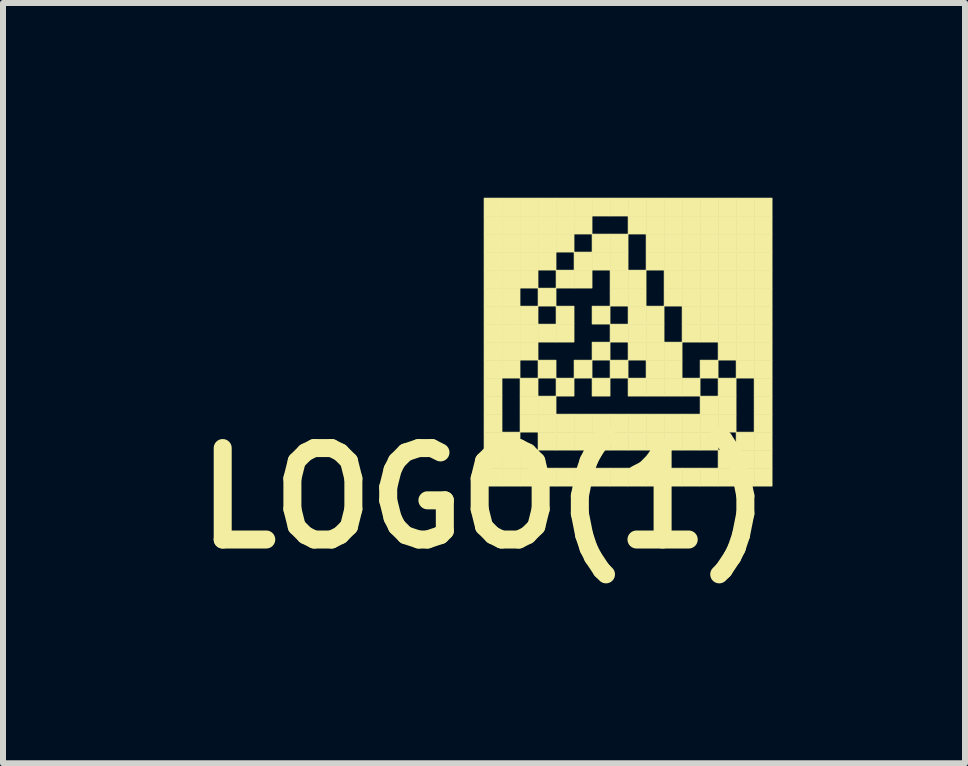
<source format=kicad_pcb>
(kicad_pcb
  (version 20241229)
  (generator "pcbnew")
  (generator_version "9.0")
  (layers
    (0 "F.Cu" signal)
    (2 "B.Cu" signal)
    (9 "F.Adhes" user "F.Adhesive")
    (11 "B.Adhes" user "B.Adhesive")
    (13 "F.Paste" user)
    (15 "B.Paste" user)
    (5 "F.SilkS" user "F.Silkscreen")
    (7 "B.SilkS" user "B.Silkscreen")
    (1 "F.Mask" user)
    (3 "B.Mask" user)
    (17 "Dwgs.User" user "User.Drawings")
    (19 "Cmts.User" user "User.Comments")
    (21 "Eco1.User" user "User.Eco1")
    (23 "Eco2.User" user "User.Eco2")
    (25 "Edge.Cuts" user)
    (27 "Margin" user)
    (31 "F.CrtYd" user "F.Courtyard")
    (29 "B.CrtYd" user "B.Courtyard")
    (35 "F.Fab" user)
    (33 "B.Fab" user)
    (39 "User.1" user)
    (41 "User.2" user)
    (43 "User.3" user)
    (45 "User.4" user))
  (footprint "LOGO(1)"
    (layer "F.Cu")
    (at 5.015 0.25)
    (property "Reference" "LOGO(1)" (at 0 5 0) (layer "F.SilkS") (effects (font (size 1.524 1.524) (thickness 0.3))))
    (attr through_hole)
    (fp_poly (pts (xy 0 0) (xy 0.3 0) (xy 0.3 0.3) (xy 0 0.3) (xy 0 0)) (stroke (width 0.01) (type solid)) (fill yes) (layer "F.SilkS"))
    (fp_poly (pts (xy 0 0.3) (xy 0.3 0.3) (xy 0.3 0.6) (xy 0 0.6) (xy 0 0.3)) (stroke (width 0.01) (type solid)) (fill yes) (layer "F.SilkS"))
    (fp_poly (pts (xy 0 0.6) (xy 0.3 0.6) (xy 0.3 0.9) (xy 0 0.9) (xy 0 0.6)) (stroke (width 0.01) (type solid)) (fill yes) (layer "F.SilkS"))
    (fp_poly (pts (xy 0 0.9) (xy 0.3 0.9) (xy 0.3 1.2) (xy 0 1.2) (xy 0 0.9)) (stroke (width 0.01) (type solid)) (fill yes) (layer "F.SilkS"))
    (fp_poly (pts (xy 0 1.2) (xy 0.3 1.2) (xy 0.3 1.5) (xy 0 1.5) (xy 0 1.2)) (stroke (width 0.01) (type solid)) (fill yes) (layer "F.SilkS"))
    (fp_poly (pts (xy 0 1.5) (xy 0.3 1.5) (xy 0.3 1.8) (xy 0 1.8) (xy 0 1.5)) (stroke (width 0.01) (type solid)) (fill yes) (layer "F.SilkS"))
    (fp_poly (pts (xy 0 1.8) (xy 0.3 1.8) (xy 0.3 2.1) (xy 0 2.1) (xy 0 1.8)) (stroke (width 0.01) (type solid)) (fill yes) (layer "F.SilkS"))
    (fp_poly (pts (xy 0 2.1) (xy 0.3 2.1) (xy 0.3 2.4) (xy 0 2.4) (xy 0 2.1)) (stroke (width 0.01) (type solid)) (fill yes) (layer "F.SilkS"))
    (fp_poly (pts (xy 0 2.4) (xy 0.3 2.4) (xy 0.3 2.7) (xy 0 2.7) (xy 0 2.4)) (stroke (width 0.01) (type solid)) (fill yes) (layer "F.SilkS"))
    (fp_poly (pts (xy 0 2.7) (xy 0.3 2.7) (xy 0.3 3) (xy 0 3) (xy 0 2.7)) (stroke (width 0.01) (type solid)) (fill yes) (layer "F.SilkS"))
    (fp_poly (pts (xy 0 3) (xy 0.3 3) (xy 0.3 3.3) (xy 0 3.3) (xy 0 3)) (stroke (width 0.01) (type solid)) (fill yes) (layer "F.SilkS"))
    (fp_poly (pts (xy 0 3.3) (xy 0.3 3.3) (xy 0.3 3.6) (xy 0 3.6) (xy 0 3.3)) (stroke (width 0.01) (type solid)) (fill yes) (layer "F.SilkS"))
    (fp_poly (pts (xy 0 3.6) (xy 0.3 3.6) (xy 0.3 3.9) (xy 0 3.9) (xy 0 3.6)) (stroke (width 0.01) (type solid)) (fill yes) (layer "F.SilkS"))
    (fp_poly (pts (xy 0 3.9) (xy 0.3 3.9) (xy 0.3 4.2) (xy 0 4.2) (xy 0 3.9)) (stroke (width 0.01) (type solid)) (fill yes) (layer "F.SilkS"))
    (fp_poly (pts (xy 0 4.2) (xy 0.3 4.2) (xy 0.3 4.5) (xy 0 4.5) (xy 0 4.2)) (stroke (width 0.01) (type solid)) (fill yes) (layer "F.SilkS"))
    (fp_poly (pts (xy 0 4.5) (xy 0.3 4.5) (xy 0.3 4.8) (xy 0 4.8) (xy 0 4.5)) (stroke (width 0.01) (type solid)) (fill yes) (layer "F.SilkS"))
    (fp_poly (pts (xy 0.3 0) (xy 0.6 0) (xy 0.6 0.3) (xy 0.3 0.3) (xy 0.3 0)) (stroke (width 0.01) (type solid)) (fill yes) (layer "F.SilkS"))
    (fp_poly (pts (xy 0.3 0.3) (xy 0.6 0.3) (xy 0.6 0.6) (xy 0.3 0.6) (xy 0.3 0.3)) (stroke (width 0.01) (type solid)) (fill yes) (layer "F.SilkS"))
    (fp_poly (pts (xy 0.3 0.6) (xy 0.6 0.6) (xy 0.6 0.9) (xy 0.3 0.9) (xy 0.3 0.6)) (stroke (width 0.01) (type solid)) (fill yes) (layer "F.SilkS"))
    (fp_poly (pts (xy 0.3 0.9) (xy 0.6 0.9) (xy 0.6 1.2) (xy 0.3 1.2) (xy 0.3 0.9)) (stroke (width 0.01) (type solid)) (fill yes) (layer "F.SilkS"))
    (fp_poly (pts (xy 0.3 1.2) (xy 0.6 1.2) (xy 0.6 1.5) (xy 0.3 1.5) (xy 0.3 1.2)) (stroke (width 0.01) (type solid)) (fill yes) (layer "F.SilkS"))
    (fp_poly (pts (xy 0.3 1.5) (xy 0.6 1.5) (xy 0.6 1.8) (xy 0.3 1.8) (xy 0.3 1.5)) (stroke (width 0.01) (type solid)) (fill yes) (layer "F.SilkS"))
    (fp_poly (pts (xy 0.3 1.8) (xy 0.6 1.8) (xy 0.6 2.1) (xy 0.3 2.1) (xy 0.3 1.8)) (stroke (width 0.01) (type solid)) (fill yes) (layer "F.SilkS"))
    (fp_poly (pts (xy 0.3 2.1) (xy 0.6 2.1) (xy 0.6 2.4) (xy 0.3 2.4) (xy 0.3 2.1)) (stroke (width 0.01) (type solid)) (fill yes) (layer "F.SilkS"))
    (fp_poly (pts (xy 0.3 2.4) (xy 0.6 2.4) (xy 0.6 2.7) (xy 0.3 2.7) (xy 0.3 2.4)) (stroke (width 0.01) (type solid)) (fill yes) (layer "F.SilkS"))
    (fp_poly (pts (xy 0.3 2.7) (xy 0.6 2.7) (xy 0.6 3) (xy 0.3 3) (xy 0.3 2.7)) (stroke (width 0.01) (type solid)) (fill yes) (layer "F.SilkS"))
    (fp_poly (pts (xy 0.3 3.9) (xy 0.6 3.9) (xy 0.6 4.2) (xy 0.3 4.2) (xy 0.3 3.9)) (stroke (width 0.01) (type solid)) (fill yes) (layer "F.SilkS"))
    (fp_poly (pts (xy 0.3 4.2) (xy 0.6 4.2) (xy 0.6 4.5) (xy 0.3 4.5) (xy 0.3 4.2)) (stroke (width 0.01) (type solid)) (fill yes) (layer "F.SilkS"))
    (fp_poly (pts (xy 0.3 4.5) (xy 0.6 4.5) (xy 0.6 4.8) (xy 0.3 4.8) (xy 0.3 4.5)) (stroke (width 0.01) (type solid)) (fill yes) (layer "F.SilkS"))
    (fp_poly (pts (xy 0.6 0) (xy 0.9 0) (xy 0.9 0.3) (xy 0.6 0.3) (xy 0.6 0)) (stroke (width 0.01) (type solid)) (fill yes) (layer "F.SilkS"))
    (fp_poly (pts (xy 0.6 0.3) (xy 0.9 0.3) (xy 0.9 0.6) (xy 0.6 0.6) (xy 0.6 0.3)) (stroke (width 0.01) (type solid)) (fill yes) (layer "F.SilkS"))
    (fp_poly (pts (xy 0.6 0.6) (xy 0.9 0.6) (xy 0.9 0.9) (xy 0.6 0.9) (xy 0.6 0.6)) (stroke (width 0.01) (type solid)) (fill yes) (layer "F.SilkS"))
    (fp_poly (pts (xy 0.6 0.9) (xy 0.9 0.9) (xy 0.9 1.2) (xy 0.6 1.2) (xy 0.6 0.9)) (stroke (width 0.01) (type solid)) (fill yes) (layer "F.SilkS"))
    (fp_poly (pts (xy 0.6 1.2) (xy 0.9 1.2) (xy 0.9 1.5) (xy 0.6 1.5) (xy 0.6 1.2)) (stroke (width 0.01) (type solid)) (fill yes) (layer "F.SilkS"))
    (fp_poly (pts (xy 0.6 1.8) (xy 0.9 1.8) (xy 0.9 2.1) (xy 0.6 2.1) (xy 0.6 1.8)) (stroke (width 0.01) (type solid)) (fill yes) (layer "F.SilkS"))
    (fp_poly (pts (xy 0.6 2.1) (xy 0.9 2.1) (xy 0.9 2.4) (xy 0.6 2.4) (xy 0.6 2.1)) (stroke (width 0.01) (type solid)) (fill yes) (layer "F.SilkS"))
    (fp_poly (pts (xy 0.6 2.4) (xy 0.9 2.4) (xy 0.9 2.7) (xy 0.6 2.7) (xy 0.6 2.4)) (stroke (width 0.01) (type solid)) (fill yes) (layer "F.SilkS"))
    (fp_poly (pts (xy 0.6 3) (xy 0.9 3) (xy 0.9 3.3) (xy 0.6 3.3) (xy 0.6 3)) (stroke (width 0.01) (type solid)) (fill yes) (layer "F.SilkS"))
    (fp_poly (pts (xy 0.6 3.3) (xy 0.9 3.3) (xy 0.9 3.6) (xy 0.6 3.6) (xy 0.6 3.3)) (stroke (width 0.01) (type solid)) (fill yes) (layer "F.SilkS"))
    (fp_poly (pts (xy 0.6 3.6) (xy 0.9 3.6) (xy 0.9 3.9) (xy 0.6 3.9) (xy 0.6 3.6)) (stroke (width 0.01) (type solid)) (fill yes) (layer "F.SilkS"))
    (fp_poly (pts (xy 0.6 4.2) (xy 0.9 4.2) (xy 0.9 4.5) (xy 0.6 4.5) (xy 0.6 4.2)) (stroke (width 0.01) (type solid)) (fill yes) (layer "F.SilkS"))
    (fp_poly (pts (xy 0.6 4.5) (xy 0.9 4.5) (xy 0.9 4.8) (xy 0.6 4.8) (xy 0.6 4.5)) (stroke (width 0.01) (type solid)) (fill yes) (layer "F.SilkS"))
    (fp_poly (pts (xy 0.9 0) (xy 1.2 0) (xy 1.2 0.3) (xy 0.9 0.3) (xy 0.9 0)) (stroke (width 0.01) (type solid)) (fill yes) (layer "F.SilkS"))
    (fp_poly (pts (xy 0.9 0.3) (xy 1.2 0.3) (xy 1.2 0.6) (xy 0.9 0.6) (xy 0.9 0.3)) (stroke (width 0.01) (type solid)) (fill yes) (layer "F.SilkS"))
    (fp_poly (pts (xy 0.9 0.6) (xy 1.2 0.6) (xy 1.2 0.9) (xy 0.9 0.9) (xy 0.9 0.6)) (stroke (width 0.01) (type solid)) (fill yes) (layer "F.SilkS"))
    (fp_poly (pts (xy 0.9 0.9) (xy 1.2 0.9) (xy 1.2 1.2) (xy 0.9 1.2) (xy 0.9 0.9)) (stroke (width 0.01) (type solid)) (fill yes) (layer "F.SilkS"))
    (fp_poly (pts (xy 0.9 1.5) (xy 1.2 1.5) (xy 1.2 1.8) (xy 0.9 1.8) (xy 0.9 1.5)) (stroke (width 0.01) (type solid)) (fill yes) (layer "F.SilkS"))
    (fp_poly (pts (xy 0.9 2.1) (xy 1.2 2.1) (xy 1.2 2.4) (xy 0.9 2.4) (xy 0.9 2.1)) (stroke (width 0.01) (type solid)) (fill yes) (layer "F.SilkS"))
    (fp_poly (pts (xy 0.9 2.7) (xy 1.2 2.7) (xy 1.2 3) (xy 0.9 3) (xy 0.9 2.7)) (stroke (width 0.01) (type solid)) (fill yes) (layer "F.SilkS"))
    (fp_poly (pts (xy 0.9 3.3) (xy 1.2 3.3) (xy 1.2 3.6) (xy 0.9 3.6) (xy 0.9 3.3)) (stroke (width 0.01) (type solid)) (fill yes) (layer "F.SilkS"))
    (fp_poly (pts (xy 0.9 3.6) (xy 1.2 3.6) (xy 1.2 3.9) (xy 0.9 3.9) (xy 0.9 3.6)) (stroke (width 0.01) (type solid)) (fill yes) (layer "F.SilkS"))
    (fp_poly (pts (xy 0.9 3.9) (xy 1.2 3.9) (xy 1.2 4.2) (xy 0.9 4.2) (xy 0.9 3.9)) (stroke (width 0.01) (type solid)) (fill yes) (layer "F.SilkS"))
    (fp_poly (pts (xy 0.9 4.5) (xy 1.2 4.5) (xy 1.2 4.8) (xy 0.9 4.8) (xy 0.9 4.5)) (stroke (width 0.01) (type solid)) (fill yes) (layer "F.SilkS"))
    (fp_poly (pts (xy 1.2 0) (xy 1.5 0) (xy 1.5 0.3) (xy 1.2 0.3) (xy 1.2 0)) (stroke (width 0.01) (type solid)) (fill yes) (layer "F.SilkS"))
    (fp_poly (pts (xy 1.2 0.3) (xy 1.5 0.3) (xy 1.5 0.6) (xy 1.2 0.6) (xy 1.2 0.3)) (stroke (width 0.01) (type solid)) (fill yes) (layer "F.SilkS"))
    (fp_poly (pts (xy 1.2 0.6) (xy 1.5 0.6) (xy 1.5 0.9) (xy 1.2 0.9) (xy 1.2 0.6)) (stroke (width 0.01) (type solid)) (fill yes) (layer "F.SilkS"))
    (fp_poly (pts (xy 1.2 1.2) (xy 1.5 1.2) (xy 1.5 1.5) (xy 1.2 1.5) (xy 1.2 1.2)) (stroke (width 0.01) (type solid)) (fill yes) (layer "F.SilkS"))
    (fp_poly (pts (xy 1.2 1.8) (xy 1.5 1.8) (xy 1.5 2.1) (xy 1.2 2.1) (xy 1.2 1.8)) (stroke (width 0.01) (type solid)) (fill yes) (layer "F.SilkS"))
    (fp_poly (pts (xy 1.2 2.1) (xy 1.5 2.1) (xy 1.5 2.4) (xy 1.2 2.4) (xy 1.2 2.1)) (stroke (width 0.01) (type solid)) (fill yes) (layer "F.SilkS"))
    (fp_poly (pts (xy 1.2 3) (xy 1.5 3) (xy 1.5 3.3) (xy 1.2 3.3) (xy 1.2 3)) (stroke (width 0.01) (type solid)) (fill yes) (layer "F.SilkS"))
    (fp_poly (pts (xy 1.2 3.6) (xy 1.5 3.6) (xy 1.5 3.9) (xy 1.2 3.9) (xy 1.2 3.6)) (stroke (width 0.01) (type solid)) (fill yes) (layer "F.SilkS"))
    (fp_poly (pts (xy 1.2 3.9) (xy 1.5 3.9) (xy 1.5 4.2) (xy 1.2 4.2) (xy 1.2 3.9)) (stroke (width 0.01) (type solid)) (fill yes) (layer "F.SilkS"))
    (fp_poly (pts (xy 1.2 4.5) (xy 1.5 4.5) (xy 1.5 4.8) (xy 1.2 4.8) (xy 1.2 4.5)) (stroke (width 0.01) (type solid)) (fill yes) (layer "F.SilkS"))
    (fp_poly (pts (xy 1.5 0) (xy 1.8 0) (xy 1.8 0.3) (xy 1.5 0.3) (xy 1.5 0)) (stroke (width 0.01) (type solid)) (fill yes) (layer "F.SilkS"))
    (fp_poly (pts (xy 1.5 0.3) (xy 1.8 0.3) (xy 1.8 0.6) (xy 1.5 0.6) (xy 1.5 0.3)) (stroke (width 0.01) (type solid)) (fill yes) (layer "F.SilkS"))
    (fp_poly (pts (xy 1.5 0.9) (xy 1.8 0.9) (xy 1.8 1.2) (xy 1.5 1.2) (xy 1.5 0.9)) (stroke (width 0.01) (type solid)) (fill yes) (layer "F.SilkS"))
    (fp_poly (pts (xy 1.5 1.2) (xy 1.8 1.2) (xy 1.8 1.5) (xy 1.5 1.5) (xy 1.5 1.2)) (stroke (width 0.01) (type solid)) (fill yes) (layer "F.SilkS"))
    (fp_poly (pts (xy 1.5 2.7) (xy 1.8 2.7) (xy 1.8 3) (xy 1.5 3) (xy 1.5 2.7)) (stroke (width 0.01) (type solid)) (fill yes) (layer "F.SilkS"))
    (fp_poly (pts (xy 1.5 3.6) (xy 1.8 3.6) (xy 1.8 3.9) (xy 1.5 3.9) (xy 1.5 3.6)) (stroke (width 0.01) (type solid)) (fill yes) (layer "F.SilkS"))
    (fp_poly (pts (xy 1.5 3.9) (xy 1.8 3.9) (xy 1.8 4.2) (xy 1.5 4.2) (xy 1.5 3.9)) (stroke (width 0.01) (type solid)) (fill yes) (layer "F.SilkS"))
    (fp_poly (pts (xy 1.5 4.5) (xy 1.8 4.5) (xy 1.8 4.8) (xy 1.5 4.8) (xy 1.5 4.5)) (stroke (width 0.01) (type solid)) (fill yes) (layer "F.SilkS"))
    (fp_poly (pts (xy 1.8 0) (xy 2.1 0) (xy 2.1 0.3) (xy 1.8 0.3) (xy 1.8 0)) (stroke (width 0.01) (type solid)) (fill yes) (layer "F.SilkS"))
    (fp_poly (pts (xy 1.8 0.6) (xy 2.1 0.6) (xy 2.1 0.9) (xy 1.8 0.9) (xy 1.8 0.6)) (stroke (width 0.01) (type solid)) (fill yes) (layer "F.SilkS"))
    (fp_poly (pts (xy 1.8 0.9) (xy 2.1 0.9) (xy 2.1 1.2) (xy 1.8 1.2) (xy 1.8 0.9)) (stroke (width 0.01) (type solid)) (fill yes) (layer "F.SilkS"))
    (fp_poly (pts (xy 1.8 1.8) (xy 2.1 1.8) (xy 2.1 2.1) (xy 1.8 2.1) (xy 1.8 1.8)) (stroke (width 0.01) (type solid)) (fill yes) (layer "F.SilkS"))
    (fp_poly (pts (xy 1.8 2.4) (xy 2.1 2.4) (xy 2.1 2.7) (xy 1.8 2.7) (xy 1.8 2.4)) (stroke (width 0.01) (type solid)) (fill yes) (layer "F.SilkS"))
    (fp_poly (pts (xy 1.8 3) (xy 2.1 3) (xy 2.1 3.3) (xy 1.8 3.3) (xy 1.8 3)) (stroke (width 0.01) (type solid)) (fill yes) (layer "F.SilkS"))
    (fp_poly (pts (xy 1.8 3.6) (xy 2.1 3.6) (xy 2.1 3.9) (xy 1.8 3.9) (xy 1.8 3.6)) (stroke (width 0.01) (type solid)) (fill yes) (layer "F.SilkS"))
    (fp_poly (pts (xy 1.8 3.9) (xy 2.1 3.9) (xy 2.1 4.2) (xy 1.8 4.2) (xy 1.8 3.9)) (stroke (width 0.01) (type solid)) (fill yes) (layer "F.SilkS"))
    (fp_poly (pts (xy 1.8 4.5) (xy 2.1 4.5) (xy 2.1 4.8) (xy 1.8 4.8) (xy 1.8 4.5)) (stroke (width 0.01) (type solid)) (fill yes) (layer "F.SilkS"))
    (fp_poly (pts (xy 2.1 0) (xy 2.4 0) (xy 2.4 0.3) (xy 2.1 0.3) (xy 2.1 0)) (stroke (width 0.01) (type solid)) (fill yes) (layer "F.SilkS"))
    (fp_poly (pts (xy 2.1 0.6) (xy 2.4 0.6) (xy 2.4 0.9) (xy 2.1 0.9) (xy 2.1 0.6)) (stroke (width 0.01) (type solid)) (fill yes) (layer "F.SilkS"))
    (fp_poly (pts (xy 2.1 0.9) (xy 2.4 0.9) (xy 2.4 1.2) (xy 2.1 1.2) (xy 2.1 0.9)) (stroke (width 0.01) (type solid)) (fill yes) (layer "F.SilkS"))
    (fp_poly (pts (xy 2.1 1.2) (xy 2.4 1.2) (xy 2.4 1.5) (xy 2.1 1.5) (xy 2.1 1.2)) (stroke (width 0.01) (type solid)) (fill yes) (layer "F.SilkS"))
    (fp_poly (pts (xy 2.1 1.5) (xy 2.4 1.5) (xy 2.4 1.8) (xy 2.1 1.8) (xy 2.1 1.5)) (stroke (width 0.01) (type solid)) (fill yes) (layer "F.SilkS"))
    (fp_poly (pts (xy 2.1 2.1) (xy 2.4 2.1) (xy 2.4 2.4) (xy 2.1 2.4) (xy 2.1 2.1)) (stroke (width 0.01) (type solid)) (fill yes) (layer "F.SilkS"))
    (fp_poly (pts (xy 2.1 2.7) (xy 2.4 2.7) (xy 2.4 3) (xy 2.1 3) (xy 2.1 2.7)) (stroke (width 0.01) (type solid)) (fill yes) (layer "F.SilkS"))
    (fp_poly (pts (xy 2.1 3.6) (xy 2.4 3.6) (xy 2.4 3.9) (xy 2.1 3.9) (xy 2.1 3.6)) (stroke (width 0.01) (type solid)) (fill yes) (layer "F.SilkS"))
    (fp_poly (pts (xy 2.1 3.9) (xy 2.4 3.9) (xy 2.4 4.2) (xy 2.1 4.2) (xy 2.1 3.9)) (stroke (width 0.01) (type solid)) (fill yes) (layer "F.SilkS"))
    (fp_poly (pts (xy 2.1 4.5) (xy 2.4 4.5) (xy 2.4 4.8) (xy 2.1 4.8) (xy 2.1 4.5)) (stroke (width 0.01) (type solid)) (fill yes) (layer "F.SilkS"))
    (fp_poly (pts (xy 2.4 0) (xy 2.7 0) (xy 2.7 0.3) (xy 2.4 0.3) (xy 2.4 0)) (stroke (width 0.01) (type solid)) (fill yes) (layer "F.SilkS"))
    (fp_poly (pts (xy 2.4 0.3) (xy 2.7 0.3) (xy 2.7 0.6) (xy 2.4 0.6) (xy 2.4 0.3)) (stroke (width 0.01) (type solid)) (fill yes) (layer "F.SilkS"))
    (fp_poly (pts (xy 2.4 1.2) (xy 2.7 1.2) (xy 2.7 1.5) (xy 2.4 1.5) (xy 2.4 1.2)) (stroke (width 0.01) (type solid)) (fill yes) (layer "F.SilkS"))
    (fp_poly (pts (xy 2.4 1.5) (xy 2.7 1.5) (xy 2.7 1.8) (xy 2.4 1.8) (xy 2.4 1.5)) (stroke (width 0.01) (type solid)) (fill yes) (layer "F.SilkS"))
    (fp_poly (pts (xy 2.4 1.8) (xy 2.7 1.8) (xy 2.7 2.1) (xy 2.4 2.1) (xy 2.4 1.8)) (stroke (width 0.01) (type solid)) (fill yes) (layer "F.SilkS"))
    (fp_poly (pts (xy 2.4 2.1) (xy 2.7 2.1) (xy 2.7 2.4) (xy 2.4 2.4) (xy 2.4 2.1)) (stroke (width 0.01) (type solid)) (fill yes) (layer "F.SilkS"))
    (fp_poly (pts (xy 2.4 2.4) (xy 2.7 2.4) (xy 2.7 2.7) (xy 2.4 2.7) (xy 2.4 2.4)) (stroke (width 0.01) (type solid)) (fill yes) (layer "F.SilkS"))
    (fp_poly (pts (xy 2.4 3) (xy 2.7 3) (xy 2.7 3.3) (xy 2.4 3.3) (xy 2.4 3)) (stroke (width 0.01) (type solid)) (fill yes) (layer "F.SilkS"))
    (fp_poly (pts (xy 2.4 3.6) (xy 2.7 3.6) (xy 2.7 3.9) (xy 2.4 3.9) (xy 2.4 3.6)) (stroke (width 0.01) (type solid)) (fill yes) (layer "F.SilkS"))
    (fp_poly (pts (xy 2.4 3.9) (xy 2.7 3.9) (xy 2.7 4.2) (xy 2.4 4.2) (xy 2.4 3.9)) (stroke (width 0.01) (type solid)) (fill yes) (layer "F.SilkS"))
    (fp_poly (pts (xy 2.4 4.5) (xy 2.7 4.5) (xy 2.7 4.8) (xy 2.4 4.8) (xy 2.4 4.5)) (stroke (width 0.01) (type solid)) (fill yes) (layer "F.SilkS"))
    (fp_poly (pts (xy 2.7 0) (xy 3 0) (xy 3 0.3) (xy 2.7 0.3) (xy 2.7 0)) (stroke (width 0.01) (type solid)) (fill yes) (layer "F.SilkS"))
    (fp_poly (pts (xy 2.7 0.3) (xy 3 0.3) (xy 3 0.6) (xy 2.7 0.6) (xy 2.7 0.3)) (stroke (width 0.01) (type solid)) (fill yes) (layer "F.SilkS"))
    (fp_poly (pts (xy 2.7 0.6) (xy 3 0.6) (xy 3 0.9) (xy 2.7 0.9) (xy 2.7 0.6)) (stroke (width 0.01) (type solid)) (fill yes) (layer "F.SilkS"))
    (fp_poly (pts (xy 2.7 0.9) (xy 3 0.9) (xy 3 1.2) (xy 2.7 1.2) (xy 2.7 0.9)) (stroke (width 0.01) (type solid)) (fill yes) (layer "F.SilkS"))
    (fp_poly (pts (xy 2.7 1.8) (xy 3 1.8) (xy 3 2.1) (xy 2.7 2.1) (xy 2.7 1.8)) (stroke (width 0.01) (type solid)) (fill yes) (layer "F.SilkS"))
    (fp_poly (pts (xy 2.7 2.1) (xy 3 2.1) (xy 3 2.4) (xy 2.7 2.4) (xy 2.7 2.1)) (stroke (width 0.01) (type solid)) (fill yes) (layer "F.SilkS"))
    (fp_poly (pts (xy 2.7 2.4) (xy 3 2.4) (xy 3 2.7) (xy 2.7 2.7) (xy 2.7 2.4)) (stroke (width 0.01) (type solid)) (fill yes) (layer "F.SilkS"))
    (fp_poly (pts (xy 2.7 2.7) (xy 3 2.7) (xy 3 3) (xy 2.7 3) (xy 2.7 2.7)) (stroke (width 0.01) (type solid)) (fill yes) (layer "F.SilkS"))
    (fp_poly (pts (xy 2.7 3) (xy 3 3) (xy 3 3.3) (xy 2.7 3.3) (xy 2.7 3)) (stroke (width 0.01) (type solid)) (fill yes) (layer "F.SilkS"))
    (fp_poly (pts (xy 2.7 3.6) (xy 3 3.6) (xy 3 3.9) (xy 2.7 3.9) (xy 2.7 3.6)) (stroke (width 0.01) (type solid)) (fill yes) (layer "F.SilkS"))
    (fp_poly (pts (xy 2.7 3.9) (xy 3 3.9) (xy 3 4.2) (xy 2.7 4.2) (xy 2.7 3.9)) (stroke (width 0.01) (type solid)) (fill yes) (layer "F.SilkS"))
    (fp_poly (pts (xy 2.7 4.5) (xy 3 4.5) (xy 3 4.8) (xy 2.7 4.8) (xy 2.7 4.5)) (stroke (width 0.01) (type solid)) (fill yes) (layer "F.SilkS"))
    (fp_poly (pts (xy 3 0) (xy 3.3 0) (xy 3.3 0.3) (xy 3 0.3) (xy 3 0)) (stroke (width 0.01) (type solid)) (fill yes) (layer "F.SilkS"))
    (fp_poly (pts (xy 3 0.3) (xy 3.3 0.3) (xy 3.3 0.6) (xy 3 0.6) (xy 3 0.3)) (stroke (width 0.01) (type solid)) (fill yes) (layer "F.SilkS"))
    (fp_poly (pts (xy 3 0.6) (xy 3.3 0.6) (xy 3.3 0.9) (xy 3 0.9) (xy 3 0.6)) (stroke (width 0.01) (type solid)) (fill yes) (layer "F.SilkS"))
    (fp_poly (pts (xy 3 0.9) (xy 3.3 0.9) (xy 3.3 1.2) (xy 3 1.2) (xy 3 0.9)) (stroke (width 0.01) (type solid)) (fill yes) (layer "F.SilkS"))
    (fp_poly (pts (xy 3 1.2) (xy 3.3 1.2) (xy 3.3 1.5) (xy 3 1.5) (xy 3 1.2)) (stroke (width 0.01) (type solid)) (fill yes) (layer "F.SilkS"))
    (fp_poly (pts (xy 3 1.5) (xy 3.3 1.5) (xy 3.3 1.8) (xy 3 1.8) (xy 3 1.5)) (stroke (width 0.01) (type solid)) (fill yes) (layer "F.SilkS"))
    (fp_poly (pts (xy 3 2.4) (xy 3.3 2.4) (xy 3.3 2.7) (xy 3 2.7) (xy 3 2.4)) (stroke (width 0.01) (type solid)) (fill yes) (layer "F.SilkS"))
    (fp_poly (pts (xy 3 2.7) (xy 3.3 2.7) (xy 3.3 3) (xy 3 3) (xy 3 2.7)) (stroke (width 0.01) (type solid)) (fill yes) (layer "F.SilkS"))
    (fp_poly (pts (xy 3 3) (xy 3.3 3) (xy 3.3 3.3) (xy 3 3.3) (xy 3 3)) (stroke (width 0.01) (type solid)) (fill yes) (layer "F.SilkS"))
    (fp_poly (pts (xy 3 3.6) (xy 3.3 3.6) (xy 3.3 3.9) (xy 3 3.9) (xy 3 3.6)) (stroke (width 0.01) (type solid)) (fill yes) (layer "F.SilkS"))
    (fp_poly (pts (xy 3 3.9) (xy 3.3 3.9) (xy 3.3 4.2) (xy 3 4.2) (xy 3 3.9)) (stroke (width 0.01) (type solid)) (fill yes) (layer "F.SilkS"))
    (fp_poly (pts (xy 3 4.5) (xy 3.3 4.5) (xy 3.3 4.8) (xy 3 4.8) (xy 3 4.5)) (stroke (width 0.01) (type solid)) (fill yes) (layer "F.SilkS"))
    (fp_poly (pts (xy 3.3 0) (xy 3.6 0) (xy 3.6 0.3) (xy 3.3 0.3) (xy 3.3 0)) (stroke (width 0.01) (type solid)) (fill yes) (layer "F.SilkS"))
    (fp_poly (pts (xy 3.3 0.3) (xy 3.6 0.3) (xy 3.6 0.6) (xy 3.3 0.6) (xy 3.3 0.3)) (stroke (width 0.01) (type solid)) (fill yes) (layer "F.SilkS"))
    (fp_poly (pts (xy 3.3 0.6) (xy 3.6 0.6) (xy 3.6 0.9) (xy 3.3 0.9) (xy 3.3 0.6)) (stroke (width 0.01) (type solid)) (fill yes) (layer "F.SilkS"))
    (fp_poly (pts (xy 3.3 0.9) (xy 3.6 0.9) (xy 3.6 1.2) (xy 3.3 1.2) (xy 3.3 0.9)) (stroke (width 0.01) (type solid)) (fill yes) (layer "F.SilkS"))
    (fp_poly (pts (xy 3.3 1.2) (xy 3.6 1.2) (xy 3.6 1.5) (xy 3.3 1.5) (xy 3.3 1.2)) (stroke (width 0.01) (type solid)) (fill yes) (layer "F.SilkS"))
    (fp_poly (pts (xy 3.3 1.5) (xy 3.6 1.5) (xy 3.6 1.8) (xy 3.3 1.8) (xy 3.3 1.5)) (stroke (width 0.01) (type solid)) (fill yes) (layer "F.SilkS"))
    (fp_poly (pts (xy 3.3 1.8) (xy 3.6 1.8) (xy 3.6 2.1) (xy 3.3 2.1) (xy 3.3 1.8)) (stroke (width 0.01) (type solid)) (fill yes) (layer "F.SilkS"))
    (fp_poly (pts (xy 3.3 2.1) (xy 3.6 2.1) (xy 3.6 2.4) (xy 3.3 2.4) (xy 3.3 2.1)) (stroke (width 0.01) (type solid)) (fill yes) (layer "F.SilkS"))
    (fp_poly (pts (xy 3.3 3) (xy 3.6 3) (xy 3.6 3.3) (xy 3.3 3.3) (xy 3.3 3)) (stroke (width 0.01) (type solid)) (fill yes) (layer "F.SilkS"))
    (fp_poly (pts (xy 3.3 3.6) (xy 3.6 3.6) (xy 3.6 3.9) (xy 3.3 3.9) (xy 3.3 3.6)) (stroke (width 0.01) (type solid)) (fill yes) (layer "F.SilkS"))
    (fp_poly (pts (xy 3.3 3.9) (xy 3.6 3.9) (xy 3.6 4.2) (xy 3.3 4.2) (xy 3.3 3.9)) (stroke (width 0.01) (type solid)) (fill yes) (layer "F.SilkS"))
    (fp_poly (pts (xy 3.3 4.5) (xy 3.6 4.5) (xy 3.6 4.8) (xy 3.3 4.8) (xy 3.3 4.5)) (stroke (width 0.01) (type solid)) (fill yes) (layer "F.SilkS"))
    (fp_poly (pts (xy 3.6 0) (xy 3.9 0) (xy 3.9 0.3) (xy 3.6 0.3) (xy 3.6 0)) (stroke (width 0.01) (type solid)) (fill yes) (layer "F.SilkS"))
    (fp_poly (pts (xy 3.6 0.3) (xy 3.9 0.3) (xy 3.9 0.6) (xy 3.6 0.6) (xy 3.6 0.3)) (stroke (width 0.01) (type solid)) (fill yes) (layer "F.SilkS"))
    (fp_poly (pts (xy 3.6 0.6) (xy 3.9 0.6) (xy 3.9 0.9) (xy 3.6 0.9) (xy 3.6 0.6)) (stroke (width 0.01) (type solid)) (fill yes) (layer "F.SilkS"))
    (fp_poly (pts (xy 3.6 0.9) (xy 3.9 0.9) (xy 3.9 1.2) (xy 3.6 1.2) (xy 3.6 0.9)) (stroke (width 0.01) (type solid)) (fill yes) (layer "F.SilkS"))
    (fp_poly (pts (xy 3.6 1.2) (xy 3.9 1.2) (xy 3.9 1.5) (xy 3.6 1.5) (xy 3.6 1.2)) (stroke (width 0.01) (type solid)) (fill yes) (layer "F.SilkS"))
    (fp_poly (pts (xy 3.6 1.5) (xy 3.9 1.5) (xy 3.9 1.8) (xy 3.6 1.8) (xy 3.6 1.5)) (stroke (width 0.01) (type solid)) (fill yes) (layer "F.SilkS"))
    (fp_poly (pts (xy 3.6 1.8) (xy 3.9 1.8) (xy 3.9 2.1) (xy 3.6 2.1) (xy 3.6 1.8)) (stroke (width 0.01) (type solid)) (fill yes) (layer "F.SilkS"))
    (fp_poly (pts (xy 3.6 2.1) (xy 3.9 2.1) (xy 3.9 2.4) (xy 3.6 2.4) (xy 3.6 2.1)) (stroke (width 0.01) (type solid)) (fill yes) (layer "F.SilkS"))
    (fp_poly (pts (xy 3.6 2.7) (xy 3.9 2.7) (xy 3.9 3) (xy 3.6 3) (xy 3.6 2.7)) (stroke (width 0.01) (type solid)) (fill yes) (layer "F.SilkS"))
    (fp_poly (pts (xy 3.6 3.3) (xy 3.9 3.3) (xy 3.9 3.6) (xy 3.6 3.6) (xy 3.6 3.3)) (stroke (width 0.01) (type solid)) (fill yes) (layer "F.SilkS"))
    (fp_poly (pts (xy 3.6 3.6) (xy 3.9 3.6) (xy 3.9 3.9) (xy 3.6 3.9) (xy 3.6 3.6)) (stroke (width 0.01) (type solid)) (fill yes) (layer "F.SilkS"))
    (fp_poly (pts (xy 3.6 3.9) (xy 3.9 3.9) (xy 3.9 4.2) (xy 3.6 4.2) (xy 3.6 3.9)) (stroke (width 0.01) (type solid)) (fill yes) (layer "F.SilkS"))
    (fp_poly (pts (xy 3.6 4.5) (xy 3.9 4.5) (xy 3.9 4.8) (xy 3.6 4.8) (xy 3.6 4.5)) (stroke (width 0.01) (type solid)) (fill yes) (layer "F.SilkS"))
    (fp_poly (pts (xy 3.9 0) (xy 4.2 0) (xy 4.2 0.3) (xy 3.9 0.3) (xy 3.9 0)) (stroke (width 0.01) (type solid)) (fill yes) (layer "F.SilkS"))
    (fp_poly (pts (xy 3.9 0.3) (xy 4.2 0.3) (xy 4.2 0.6) (xy 3.9 0.6) (xy 3.9 0.3)) (stroke (width 0.01) (type solid)) (fill yes) (layer "F.SilkS"))
    (fp_poly (pts (xy 3.9 0.6) (xy 4.2 0.6) (xy 4.2 0.9) (xy 3.9 0.9) (xy 3.9 0.6)) (stroke (width 0.01) (type solid)) (fill yes) (layer "F.SilkS"))
    (fp_poly (pts (xy 3.9 0.9) (xy 4.2 0.9) (xy 4.2 1.2) (xy 3.9 1.2) (xy 3.9 0.9)) (stroke (width 0.01) (type solid)) (fill yes) (layer "F.SilkS"))
    (fp_poly (pts (xy 3.9 1.2) (xy 4.2 1.2) (xy 4.2 1.5) (xy 3.9 1.5) (xy 3.9 1.2)) (stroke (width 0.01) (type solid)) (fill yes) (layer "F.SilkS"))
    (fp_poly (pts (xy 3.9 1.5) (xy 4.2 1.5) (xy 4.2 1.8) (xy 3.9 1.8) (xy 3.9 1.5)) (stroke (width 0.01) (type solid)) (fill yes) (layer "F.SilkS"))
    (fp_poly (pts (xy 3.9 1.8) (xy 4.2 1.8) (xy 4.2 2.1) (xy 3.9 2.1) (xy 3.9 1.8)) (stroke (width 0.01) (type solid)) (fill yes) (layer "F.SilkS"))
    (fp_poly (pts (xy 3.9 2.1) (xy 4.2 2.1) (xy 4.2 2.4) (xy 3.9 2.4) (xy 3.9 2.1)) (stroke (width 0.01) (type solid)) (fill yes) (layer "F.SilkS"))
    (fp_poly (pts (xy 3.9 2.4) (xy 4.2 2.4) (xy 4.2 2.7) (xy 3.9 2.7) (xy 3.9 2.4)) (stroke (width 0.01) (type solid)) (fill yes) (layer "F.SilkS"))
    (fp_poly (pts (xy 3.9 3) (xy 4.2 3) (xy 4.2 3.3) (xy 3.9 3.3) (xy 3.9 3)) (stroke (width 0.01) (type solid)) (fill yes) (layer "F.SilkS"))
    (fp_poly (pts (xy 3.9 3.3) (xy 4.2 3.3) (xy 4.2 3.6) (xy 3.9 3.6) (xy 3.9 3.3)) (stroke (width 0.01) (type solid)) (fill yes) (layer "F.SilkS"))
    (fp_poly (pts (xy 3.9 3.6) (xy 4.2 3.6) (xy 4.2 3.9) (xy 3.9 3.9) (xy 3.9 3.6)) (stroke (width 0.01) (type solid)) (fill yes) (layer "F.SilkS"))
    (fp_poly (pts (xy 3.9 4.2) (xy 4.2 4.2) (xy 4.2 4.5) (xy 3.9 4.5) (xy 3.9 4.2)) (stroke (width 0.01) (type solid)) (fill yes) (layer "F.SilkS"))
    (fp_poly (pts (xy 3.9 4.5) (xy 4.2 4.5) (xy 4.2 4.8) (xy 3.9 4.8) (xy 3.9 4.5)) (stroke (width 0.01) (type solid)) (fill yes) (layer "F.SilkS"))
    (fp_poly (pts (xy 4.2 0) (xy 4.5 0) (xy 4.5 0.3) (xy 4.2 0.3) (xy 4.2 0)) (stroke (width 0.01) (type solid)) (fill yes) (layer "F.SilkS"))
    (fp_poly (pts (xy 4.2 0.3) (xy 4.5 0.3) (xy 4.5 0.6) (xy 4.2 0.6) (xy 4.2 0.3)) (stroke (width 0.01) (type solid)) (fill yes) (layer "F.SilkS"))
    (fp_poly (pts (xy 4.2 0.6) (xy 4.5 0.6) (xy 4.5 0.9) (xy 4.2 0.9) (xy 4.2 0.6)) (stroke (width 0.01) (type solid)) (fill yes) (layer "F.SilkS"))
    (fp_poly (pts (xy 4.2 0.9) (xy 4.5 0.9) (xy 4.5 1.2) (xy 4.2 1.2) (xy 4.2 0.9)) (stroke (width 0.01) (type solid)) (fill yes) (layer "F.SilkS"))
    (fp_poly (pts (xy 4.2 1.2) (xy 4.5 1.2) (xy 4.5 1.5) (xy 4.2 1.5) (xy 4.2 1.2)) (stroke (width 0.01) (type solid)) (fill yes) (layer "F.SilkS"))
    (fp_poly (pts (xy 4.2 1.5) (xy 4.5 1.5) (xy 4.5 1.8) (xy 4.2 1.8) (xy 4.2 1.5)) (stroke (width 0.01) (type solid)) (fill yes) (layer "F.SilkS"))
    (fp_poly (pts (xy 4.2 1.8) (xy 4.5 1.8) (xy 4.5 2.1) (xy 4.2 2.1) (xy 4.2 1.8)) (stroke (width 0.01) (type solid)) (fill yes) (layer "F.SilkS"))
    (fp_poly (pts (xy 4.2 2.1) (xy 4.5 2.1) (xy 4.5 2.4) (xy 4.2 2.4) (xy 4.2 2.1)) (stroke (width 0.01) (type solid)) (fill yes) (layer "F.SilkS"))
    (fp_poly (pts (xy 4.2 2.4) (xy 4.5 2.4) (xy 4.5 2.7) (xy 4.2 2.7) (xy 4.2 2.4)) (stroke (width 0.01) (type solid)) (fill yes) (layer "F.SilkS"))
    (fp_poly (pts (xy 4.2 2.7) (xy 4.5 2.7) (xy 4.5 3) (xy 4.2 3) (xy 4.2 2.7)) (stroke (width 0.01) (type solid)) (fill yes) (layer "F.SilkS"))
    (fp_poly (pts (xy 4.2 3.9) (xy 4.5 3.9) (xy 4.5 4.2) (xy 4.2 4.2) (xy 4.2 3.9)) (stroke (width 0.01) (type solid)) (fill yes) (layer "F.SilkS"))
    (fp_poly (pts (xy 4.2 4.2) (xy 4.5 4.2) (xy 4.5 4.5) (xy 4.2 4.5) (xy 4.2 4.2)) (stroke (width 0.01) (type solid)) (fill yes) (layer "F.SilkS"))
    (fp_poly (pts (xy 4.2 4.5) (xy 4.5 4.5) (xy 4.5 4.8) (xy 4.2 4.8) (xy 4.2 4.5)) (stroke (width 0.01) (type solid)) (fill yes) (layer "F.SilkS"))
    (fp_poly (pts (xy 4.5 0) (xy 4.8 0) (xy 4.8 0.3) (xy 4.5 0.3) (xy 4.5 0)) (stroke (width 0.01) (type solid)) (fill yes) (layer "F.SilkS"))
    (fp_poly (pts (xy 4.5 0.3) (xy 4.8 0.3) (xy 4.8 0.6) (xy 4.5 0.6) (xy 4.5 0.3)) (stroke (width 0.01) (type solid)) (fill yes) (layer "F.SilkS"))
    (fp_poly (pts (xy 4.5 0.6) (xy 4.8 0.6) (xy 4.8 0.9) (xy 4.5 0.9) (xy 4.5 0.6)) (stroke (width 0.01) (type solid)) (fill yes) (layer "F.SilkS"))
    (fp_poly (pts (xy 4.5 0.9) (xy 4.8 0.9) (xy 4.8 1.2) (xy 4.5 1.2) (xy 4.5 0.9)) (stroke (width 0.01) (type solid)) (fill yes) (layer "F.SilkS"))
    (fp_poly (pts (xy 4.5 1.2) (xy 4.8 1.2) (xy 4.8 1.5) (xy 4.5 1.5) (xy 4.5 1.2)) (stroke (width 0.01) (type solid)) (fill yes) (layer "F.SilkS"))
    (fp_poly (pts (xy 4.5 1.5) (xy 4.8 1.5) (xy 4.8 1.8) (xy 4.5 1.8) (xy 4.5 1.5)) (stroke (width 0.01) (type solid)) (fill yes) (layer "F.SilkS"))
    (fp_poly (pts (xy 4.5 1.8) (xy 4.8 1.8) (xy 4.8 2.1) (xy 4.5 2.1) (xy 4.5 1.8)) (stroke (width 0.01) (type solid)) (fill yes) (layer "F.SilkS"))
    (fp_poly (pts (xy 4.5 2.1) (xy 4.8 2.1) (xy 4.8 2.4) (xy 4.5 2.4) (xy 4.5 2.1)) (stroke (width 0.01) (type solid)) (fill yes) (layer "F.SilkS"))
    (fp_poly (pts (xy 4.5 2.4) (xy 4.8 2.4) (xy 4.8 2.7) (xy 4.5 2.7) (xy 4.5 2.4)) (stroke (width 0.01) (type solid)) (fill yes) (layer "F.SilkS"))
    (fp_poly (pts (xy 4.5 2.7) (xy 4.8 2.7) (xy 4.8 3) (xy 4.5 3) (xy 4.5 2.7)) (stroke (width 0.01) (type solid)) (fill yes) (layer "F.SilkS"))
    (fp_poly (pts (xy 4.5 3) (xy 4.8 3) (xy 4.8 3.3) (xy 4.5 3.3) (xy 4.5 3)) (stroke (width 0.01) (type solid)) (fill yes) (layer "F.SilkS"))
    (fp_poly (pts (xy 4.5 3.3) (xy 4.8 3.3) (xy 4.8 3.6) (xy 4.5 3.6) (xy 4.5 3.3)) (stroke (width 0.01) (type solid)) (fill yes) (layer "F.SilkS"))
    (fp_poly (pts (xy 4.5 3.6) (xy 4.8 3.6) (xy 4.8 3.9) (xy 4.5 3.9) (xy 4.5 3.6)) (stroke (width 0.01) (type solid)) (fill yes) (layer "F.SilkS"))
    (fp_poly (pts (xy 4.5 3.9) (xy 4.8 3.9) (xy 4.8 4.2) (xy 4.5 4.2) (xy 4.5 3.9)) (stroke (width 0.01) (type solid)) (fill yes) (layer "F.SilkS"))
    (fp_poly (pts (xy 4.5 4.2) (xy 4.8 4.2) (xy 4.8 4.5) (xy 4.5 4.5) (xy 4.5 4.2)) (stroke (width 0.01) (type solid)) (fill yes) (layer "F.SilkS"))
    (fp_poly (pts (xy 4.5 4.5) (xy 4.8 4.5) (xy 4.8 4.8) (xy 4.5 4.8) (xy 4.5 4.5)) (stroke (width 0.01) (type solid)) (fill yes) (layer "F.SilkS")))
  (gr_rect
    (start -3 -3)
    (end 13.029 9.668)
    (stroke (width 0.1) (type default))
    (fill no)
    (layer "Edge.Cuts")))
</source>
